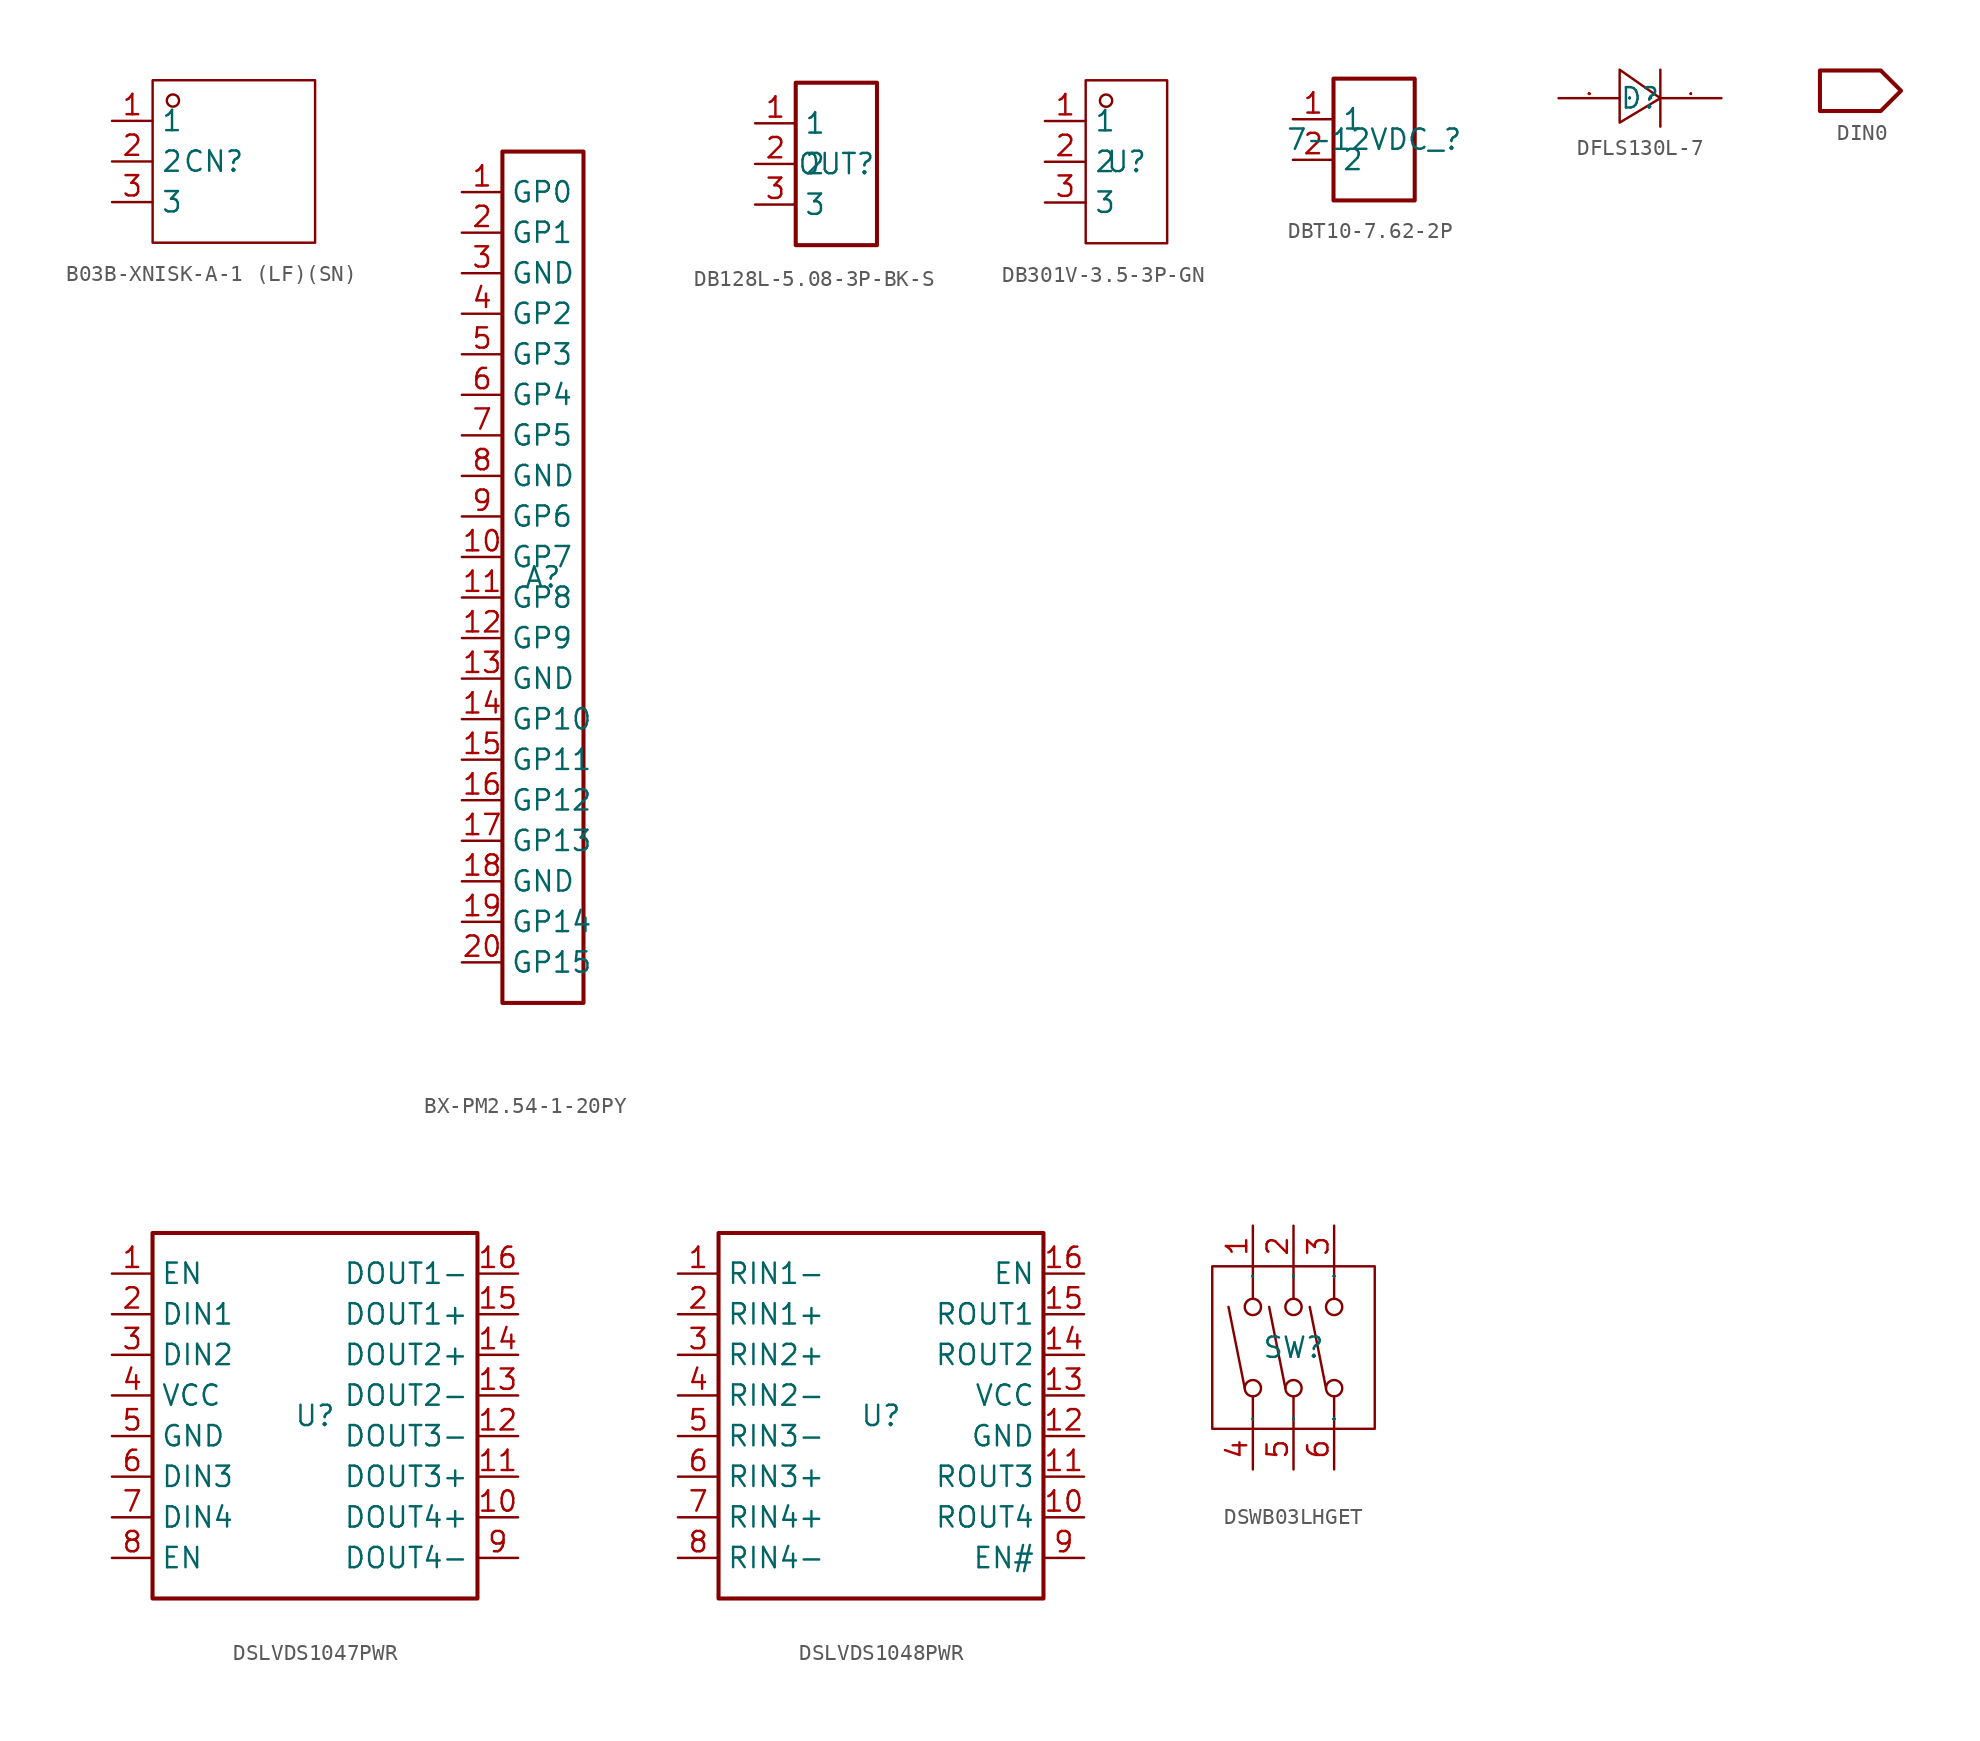
<source format=kicad_sym>
(kicad_symbol_lib
  (version 20241209)
  (generator "kicad_symbol_editor")
  (generator_version "9.0")
  (symbol "B03B-XNISK-A-1 (LF)(SN)"
    (property "Reference" "CN"
      (at 0 0 0)
      (effects (font (size 1.27 1.27))))
    (property "Value" ""
      (at 0 0 0)
      (effects (font (size 1.27 1.27))))
    (symbol "B03B-XNISK-A-1 (LF)(SN)_1_0"
      (rectangle (start -3.81 -5.08) (end 6.35 5.08) (stroke (width 0) (type default)) (fill (type none)))
      (circle (center -2.54 3.81) (radius 0.381) (stroke (width 0) (type default)) (fill (type none)))
      (pin input line (at -6.35 2.54 0) (length 2.54) (name "1" (effects (font (size 1.27 1.27)))) (number "1" (effects (font (size 1.27 1.27)))))
      (pin input line (at -6.35 0 0) (length 2.54) (name "2" (effects (font (size 1.27 1.27)))) (number "2" (effects (font (size 1.27 1.27)))))
      (pin input line (at -6.35 -2.54 0) (length 2.54) (name "3" (effects (font (size 1.27 1.27)))) (number "3" (effects (font (size 1.27 1.27)))))))
  (symbol "BX-PM2.54-1-20PY"
    (property "Reference" "A"
      (at 0 0 0)
      (effects (font (size 1.27 1.27))))
    (property "Value" ""
      (at 0 0 0)
      (effects (font (size 1.27 1.27))))
    (symbol "BX-PM2.54-1-20PY_1_0"
      (rectangle (start -2.54 26.67) (end 2.54 -26.67) (stroke (width 0.254) (type default)) (fill (type none)))
      (pin unspecified line (at -5.08 24.13 0) (length 2.54) (name "GP0" (effects (font (size 1.27 1.27)))) (number "1" (effects (font (size 1.27 1.27)))))
      (pin unspecified line (at -5.08 21.59 0) (length 2.54) (name "GP1" (effects (font (size 1.27 1.27)))) (number "2" (effects (font (size 1.27 1.27)))))
      (pin unspecified line (at -5.08 19.05 0) (length 2.54) (name "GND" (effects (font (size 1.27 1.27)))) (number "3" (effects (font (size 1.27 1.27)))))
      (pin unspecified line (at -5.08 16.51 0) (length 2.54) (name "GP2" (effects (font (size 1.27 1.27)))) (number "4" (effects (font (size 1.27 1.27)))))
      (pin unspecified line (at -5.08 13.97 0) (length 2.54) (name "GP3" (effects (font (size 1.27 1.27)))) (number "5" (effects (font (size 1.27 1.27)))))
      (pin unspecified line (at -5.08 11.43 0) (length 2.54) (name "GP4" (effects (font (size 1.27 1.27)))) (number "6" (effects (font (size 1.27 1.27)))))
      (pin unspecified line (at -5.08 8.89 0) (length 2.54) (name "GP5" (effects (font (size 1.27 1.27)))) (number "7" (effects (font (size 1.27 1.27)))))
      (pin unspecified line (at -5.08 6.35 0) (length 2.54) (name "GND" (effects (font (size 1.27 1.27)))) (number "8" (effects (font (size 1.27 1.27)))))
      (pin unspecified line (at -5.08 3.81 0) (length 2.54) (name "GP6" (effects (font (size 1.27 1.27)))) (number "9" (effects (font (size 1.27 1.27)))))
      (pin unspecified line (at -5.08 1.27 0) (length 2.54) (name "GP7" (effects (font (size 1.27 1.27)))) (number "10" (effects (font (size 1.27 1.27)))))
      (pin unspecified line (at -5.08 -1.27 0) (length 2.54) (name "GP8" (effects (font (size 1.27 1.27)))) (number "11" (effects (font (size 1.27 1.27)))))
      (pin unspecified line (at -5.08 -3.81 0) (length 2.54) (name "GP9" (effects (font (size 1.27 1.27)))) (number "12" (effects (font (size 1.27 1.27)))))
      (pin unspecified line (at -5.08 -6.35 0) (length 2.54) (name "GND" (effects (font (size 1.27 1.27)))) (number "13" (effects (font (size 1.27 1.27)))))
      (pin unspecified line (at -5.08 -8.89 0) (length 2.54) (name "GP10" (effects (font (size 1.27 1.27)))) (number "14" (effects (font (size 1.27 1.27)))))
      (pin unspecified line (at -5.08 -11.43 0) (length 2.54) (name "GP11" (effects (font (size 1.27 1.27)))) (number "15" (effects (font (size 1.27 1.27)))))
      (pin unspecified line (at -5.08 -13.97 0) (length 2.54) (name "GP12" (effects (font (size 1.27 1.27)))) (number "16" (effects (font (size 1.27 1.27)))))
      (pin unspecified line (at -5.08 -16.51 0) (length 2.54) (name "GP13" (effects (font (size 1.27 1.27)))) (number "17" (effects (font (size 1.27 1.27)))))
      (pin unspecified line (at -5.08 -19.05 0) (length 2.54) (name "GND" (effects (font (size 1.27 1.27)))) (number "18" (effects (font (size 1.27 1.27)))))
      (pin unspecified line (at -5.08 -21.59 0) (length 2.54) (name "GP14" (effects (font (size 1.27 1.27)))) (number "19" (effects (font (size 1.27 1.27)))))
      (pin unspecified line (at -5.08 -24.13 0) (length 2.54) (name "GP15" (effects (font (size 1.27 1.27)))) (number "20" (effects (font (size 1.27 1.27)))))))
  (symbol "DB128L-5.08-3P-BK-S"
    (property "Reference" "OUT"
      (at 0 0 0)
      (effects (font (size 1.27 1.27))))
    (property "Value" ""
      (at 0 0 0)
      (effects (font (size 1.27 1.27))))
    (symbol "DB128L-5.08-3P-BK-S_1_0"
      (rectangle (start 2.54 -5.08) (end -2.54 5.08) (stroke (width 0.254) (type default)) (fill (type none)))
      (pin unspecified line (at -5.08 2.54 0) (length 2.54) (name "1" (effects (font (size 1.27 1.27)))) (number "1" (effects (font (size 1.27 1.27)))))
      (pin unspecified line (at -5.08 0 0) (length 2.54) (name "2" (effects (font (size 1.27 1.27)))) (number "2" (effects (font (size 1.27 1.27)))))
      (pin unspecified line (at -5.08 -2.54 0) (length 2.54) (name "3" (effects (font (size 1.27 1.27)))) (number "3" (effects (font (size 1.27 1.27)))))))
  (symbol "DB301V-3.5-3P-GN"
    (property "Reference" "U"
      (at 0 0 0)
      (effects (font (size 1.27 1.27))))
    (property "Value" ""
      (at 0 0 0)
      (effects (font (size 1.27 1.27))))
    (symbol "DB301V-3.5-3P-GN_1_0"
      (rectangle (start -2.54 -5.08) (end 2.54 5.08) (stroke (width 0) (type default)) (fill (type none)))
      (circle (center -1.27 3.81) (radius 0.381) (stroke (width 0) (type default)) (fill (type none)))
      (pin unspecified line (at -5.08 2.54 0) (length 2.54) (name "1" (effects (font (size 1.27 1.27)))) (number "1" (effects (font (size 1.27 1.27)))))
      (pin unspecified line (at -5.08 0 0) (length 2.54) (name "2" (effects (font (size 1.27 1.27)))) (number "2" (effects (font (size 1.27 1.27)))))
      (pin unspecified line (at -5.08 -2.54 0) (length 2.54) (name "3" (effects (font (size 1.27 1.27)))) (number "3" (effects (font (size 1.27 1.27)))))))
  (symbol "DBT10-7.62-2P"
    (property "Reference" "7-12VDC_"
      (at 0 0 0)
      (effects (font (size 1.27 1.27))))
    (property "Value" ""
      (at 0 0 0)
      (effects (font (size 1.27 1.27))))
    (symbol "DBT10-7.62-2P_1_0"
      (rectangle (start -2.54 3.81) (end 2.54 -3.81) (stroke (width 0.254) (type default)) (fill (type none)))
      (pin unspecified line (at -5.08 1.27 0) (length 2.54) (name "1" (effects (font (size 1.27 1.27)))) (number "1" (effects (font (size 1.27 1.27)))))
      (pin unspecified line (at -5.08 -1.27 0) (length 2.54) (name "2" (effects (font (size 1.27 1.27)))) (number "2" (effects (font (size 1.27 1.27)))))))
  (symbol "DFLS130L-7"
    (property "Reference" "D"
      (at 0 0 0)
      (effects (font (size 1.27 1.27))))
    (property "Value" ""
      (at 0 0 0)
      (effects (font (size 1.27 1.27))))
    (symbol "DFLS130L-7_1_0"
      (polyline (pts (xy -1.27 -1.524) (xy 1.27 0) (xy 1.27 0) (xy -1.27 1.778) (xy -1.27 1.778) (xy -1.27 -1.524)) (stroke (width 0) (type default)) (fill (type none)))
      (polyline (pts (xy 1.27 -1.778) (xy 1.27 1.778)) (stroke (width 0) (type default)) (fill (type none)))
      (pin input line (at -5.08 0 0) (length 3.81) (name "2" (effects (font (size 0.025 0.025)))) (number "2" (effects (font (size 0.025 0.025)))))
      (pin input line (at 5.08 0 180) (length 3.81) (name "1" (effects (font (size 0.025 0.025)))) (number "1" (effects (font (size 0.025 0.025)))))))
  (symbol "DIN0"
    (power)
    (pin_numbers
      (hide yes))
    (pin_names
      (hide yes))
    (property "Reference" "#PWR"
      (at 0 0 0)
      (effects (font (size 1.27 1.27)) (hide yes)))
    (property "Value" ""
      (at 0 0 0)
      (effects (font (size 1.27 1.27))))
    (symbol "DIN0_1_0"
      (polyline (pts (xy 0 0) (xy -1.27 -1.27) (xy -1.27 -1.27) (xy -5.08 -1.27) (xy -5.08 -1.27) (xy -5.08 1.27) (xy -5.08 1.27) (xy -1.27 1.27) (xy -1.27 1.27) (xy 0 0)) (stroke (width 0.254) (type default)) (fill (type none)))
      (pin input line (at 0 0 0) (length 0) (name "" (effects (font (size 0.025 0.025)))) (number "1" (effects (font (size 0 0)))))))
  (symbol "DSLVDS1047PWR"
    (property "Reference" "U"
      (at 0 0 0)
      (effects (font (size 1.27 1.27))))
    (property "Value" ""
      (at 0 0 0)
      (effects (font (size 1.27 1.27))))
    (symbol "DSLVDS1047PWR_1_0"
      (rectangle (start 10.16 -11.43) (end -10.16 11.43) (stroke (width 0.254) (type default)) (fill (type none)))
      (pin unspecified line (at -12.7 8.89 0) (length 2.54) (name "EN" (effects (font (size 1.27 1.27)))) (number "1" (effects (font (size 1.27 1.27)))))
      (pin unspecified line (at -12.7 6.35 0) (length 2.54) (name "DIN1" (effects (font (size 1.27 1.27)))) (number "2" (effects (font (size 1.27 1.27)))))
      (pin unspecified line (at -12.7 3.81 0) (length 2.54) (name "DIN2" (effects (font (size 1.27 1.27)))) (number "3" (effects (font (size 1.27 1.27)))))
      (pin unspecified line (at -12.7 1.27 0) (length 2.54) (name "VCC" (effects (font (size 1.27 1.27)))) (number "4" (effects (font (size 1.27 1.27)))))
      (pin unspecified line (at -12.7 -1.27 0) (length 2.54) (name "GND" (effects (font (size 1.27 1.27)))) (number "5" (effects (font (size 1.27 1.27)))))
      (pin unspecified line (at -12.7 -3.81 0) (length 2.54) (name "DIN3" (effects (font (size 1.27 1.27)))) (number "6" (effects (font (size 1.27 1.27)))))
      (pin unspecified line (at -12.7 -6.35 0) (length 2.54) (name "DIN4" (effects (font (size 1.27 1.27)))) (number "7" (effects (font (size 1.27 1.27)))))
      (pin unspecified line (at -12.7 -8.89 0) (length 2.54) (name "EN" (effects (font (size 1.27 1.27)))) (number "8" (effects (font (size 1.27 1.27)))))
      (pin unspecified line (at 12.7 8.89 180) (length 2.54) (name "DOUT1-" (effects (font (size 1.27 1.27)))) (number "16" (effects (font (size 1.27 1.27)))))
      (pin unspecified line (at 12.7 6.35 180) (length 2.54) (name "DOUT1+" (effects (font (size 1.27 1.27)))) (number "15" (effects (font (size 1.27 1.27)))))
      (pin unspecified line (at 12.7 3.81 180) (length 2.54) (name "DOUT2+" (effects (font (size 1.27 1.27)))) (number "14" (effects (font (size 1.27 1.27)))))
      (pin unspecified line (at 12.7 1.27 180) (length 2.54) (name "DOUT2-" (effects (font (size 1.27 1.27)))) (number "13" (effects (font (size 1.27 1.27)))))
      (pin unspecified line (at 12.7 -1.27 180) (length 2.54) (name "DOUT3-" (effects (font (size 1.27 1.27)))) (number "12" (effects (font (size 1.27 1.27)))))
      (pin unspecified line (at 12.7 -3.81 180) (length 2.54) (name "DOUT3+" (effects (font (size 1.27 1.27)))) (number "11" (effects (font (size 1.27 1.27)))))
      (pin unspecified line (at 12.7 -6.35 180) (length 2.54) (name "DOUT4+" (effects (font (size 1.27 1.27)))) (number "10" (effects (font (size 1.27 1.27)))))
      (pin unspecified line (at 12.7 -8.89 180) (length 2.54) (name "DOUT4-" (effects (font (size 1.27 1.27)))) (number "9" (effects (font (size 1.27 1.27)))))))
  (symbol "DSLVDS1048PWR"
    (property "Reference" "U"
      (at 0 0 0)
      (effects (font (size 1.27 1.27))))
    (property "Value" ""
      (at 0 0 0)
      (effects (font (size 1.27 1.27))))
    (symbol "DSLVDS1048PWR_1_0"
      (rectangle (start -10.16 11.43) (end 10.16 -11.43) (stroke (width 0.254) (type default)) (fill (type none)))
      (pin unspecified line (at -12.7 8.89 0) (length 2.54) (name "RIN1-" (effects (font (size 1.27 1.27)))) (number "1" (effects (font (size 1.27 1.27)))))
      (pin unspecified line (at -12.7 6.35 0) (length 2.54) (name "RIN1+" (effects (font (size 1.27 1.27)))) (number "2" (effects (font (size 1.27 1.27)))))
      (pin unspecified line (at -12.7 3.81 0) (length 2.54) (name "RIN2+" (effects (font (size 1.27 1.27)))) (number "3" (effects (font (size 1.27 1.27)))))
      (pin unspecified line (at -12.7 1.27 0) (length 2.54) (name "RIN2-" (effects (font (size 1.27 1.27)))) (number "4" (effects (font (size 1.27 1.27)))))
      (pin unspecified line (at -12.7 -1.27 0) (length 2.54) (name "RIN3-" (effects (font (size 1.27 1.27)))) (number "5" (effects (font (size 1.27 1.27)))))
      (pin unspecified line (at -12.7 -3.81 0) (length 2.54) (name "RIN3+" (effects (font (size 1.27 1.27)))) (number "6" (effects (font (size 1.27 1.27)))))
      (pin unspecified line (at -12.7 -6.35 0) (length 2.54) (name "RIN4+" (effects (font (size 1.27 1.27)))) (number "7" (effects (font (size 1.27 1.27)))))
      (pin unspecified line (at -12.7 -8.89 0) (length 2.54) (name "RIN4-" (effects (font (size 1.27 1.27)))) (number "8" (effects (font (size 1.27 1.27)))))
      (pin unspecified line (at 12.7 8.89 180) (length 2.54) (name "EN" (effects (font (size 1.27 1.27)))) (number "16" (effects (font (size 1.27 1.27)))))
      (pin unspecified line (at 12.7 6.35 180) (length 2.54) (name "ROUT1" (effects (font (size 1.27 1.27)))) (number "15" (effects (font (size 1.27 1.27)))))
      (pin unspecified line (at 12.7 3.81 180) (length 2.54) (name "ROUT2" (effects (font (size 1.27 1.27)))) (number "14" (effects (font (size 1.27 1.27)))))
      (pin unspecified line (at 12.7 1.27 180) (length 2.54) (name "VCC" (effects (font (size 1.27 1.27)))) (number "13" (effects (font (size 1.27 1.27)))))
      (pin unspecified line (at 12.7 -1.27 180) (length 2.54) (name "GND" (effects (font (size 1.27 1.27)))) (number "12" (effects (font (size 1.27 1.27)))))
      (pin unspecified line (at 12.7 -3.81 180) (length 2.54) (name "ROUT3" (effects (font (size 1.27 1.27)))) (number "11" (effects (font (size 1.27 1.27)))))
      (pin unspecified line (at 12.7 -6.35 180) (length 2.54) (name "ROUT4" (effects (font (size 1.27 1.27)))) (number "10" (effects (font (size 1.27 1.27)))))
      (pin unspecified line (at 12.7 -8.89 180) (length 2.54) (name "EN#" (effects (font (size 1.27 1.27)))) (number "9" (effects (font (size 1.27 1.27)))))))
  (symbol "DSWB03LHGET"
    (property "Reference" "SW"
      (at 0 0 0)
      (effects (font (size 1.27 1.27))))
    (property "Value" ""
      (at 0 0 0)
      (effects (font (size 1.27 1.27))))
    (symbol "DSWB03LHGET_1_0"
      (rectangle (start -5.08 -5.08) (end 5.08 5.08) (stroke (width 0) (type default)) (fill (type none)))
      (polyline (pts (xy -3.048 -2.54) (xy -4.064 2.54)) (stroke (width 0) (type default)) (fill (type none)))
      (polyline (pts (xy -2.54 3.048) (xy -2.54 5.08)) (stroke (width 0) (type default)) (fill (type none)))
      (circle (center -2.54 2.54) (radius 0.508) (stroke (width 0) (type default)) (fill (type none)))
      (circle (center -2.54 -2.54) (radius 0.508) (stroke (width 0) (type default)) (fill (type none)))
      (polyline (pts (xy -2.54 -3.048) (xy -2.54 -5.08)) (stroke (width 0) (type default)) (fill (type none)))
      (polyline (pts (xy -0.508 -2.54) (xy -1.524 2.54)) (stroke (width 0) (type default)) (fill (type none)))
      (polyline (pts (xy 0 3.048) (xy 0 5.08)) (stroke (width 0) (type default)) (fill (type none)))
      (circle (center 0 2.54) (radius 0.508) (stroke (width 0) (type default)) (fill (type none)))
      (circle (center 0 -2.54) (radius 0.508) (stroke (width 0) (type default)) (fill (type none)))
      (polyline (pts (xy 0 -3.048) (xy 0 -5.08)) (stroke (width 0) (type default)) (fill (type none)))
      (polyline (pts (xy 2.032 -2.54) (xy 1.016 2.54)) (stroke (width 0) (type default)) (fill (type none)))
      (polyline (pts (xy 2.54 3.048) (xy 2.54 5.08)) (stroke (width 0) (type default)) (fill (type none)))
      (circle (center 2.54 2.54) (radius 0.508) (stroke (width 0) (type default)) (fill (type none)))
      (circle (center 2.54 -2.54) (radius 0.508) (stroke (width 0) (type default)) (fill (type none)))
      (polyline (pts (xy 2.54 -3.048) (xy 2.54 -5.08)) (stroke (width 0) (type default)) (fill (type none)))
      (pin unspecified line (at -2.54 7.62 270) (length 2.54) (name "1" (effects (font (size 0.025 0.025)))) (number "1" (effects (font (size 1.27 1.27)))))
      (pin unspecified line (at -2.54 -7.62 90) (length 2.54) (name "4" (effects (font (size 0.025 0.025)))) (number "4" (effects (font (size 1.27 1.27)))))
      (pin unspecified line (at 0 7.62 270) (length 2.54) (name "2" (effects (font (size 0.025 0.025)))) (number "2" (effects (font (size 1.27 1.27)))))
      (pin unspecified line (at 0 -7.62 90) (length 2.54) (name "5" (effects (font (size 0.025 0.025)))) (number "5" (effects (font (size 1.27 1.27)))))
      (pin unspecified line (at 2.54 7.62 270) (length 2.54) (name "3" (effects (font (size 0.025 0.025)))) (number "3" (effects (font (size 1.27 1.27)))))
      (pin unspecified line (at 2.54 -7.62 90) (length 2.54) (name "6" (effects (font (size 0.025 0.025)))) (number "6" (effects (font (size 1.27 1.27))))))))
</source>
